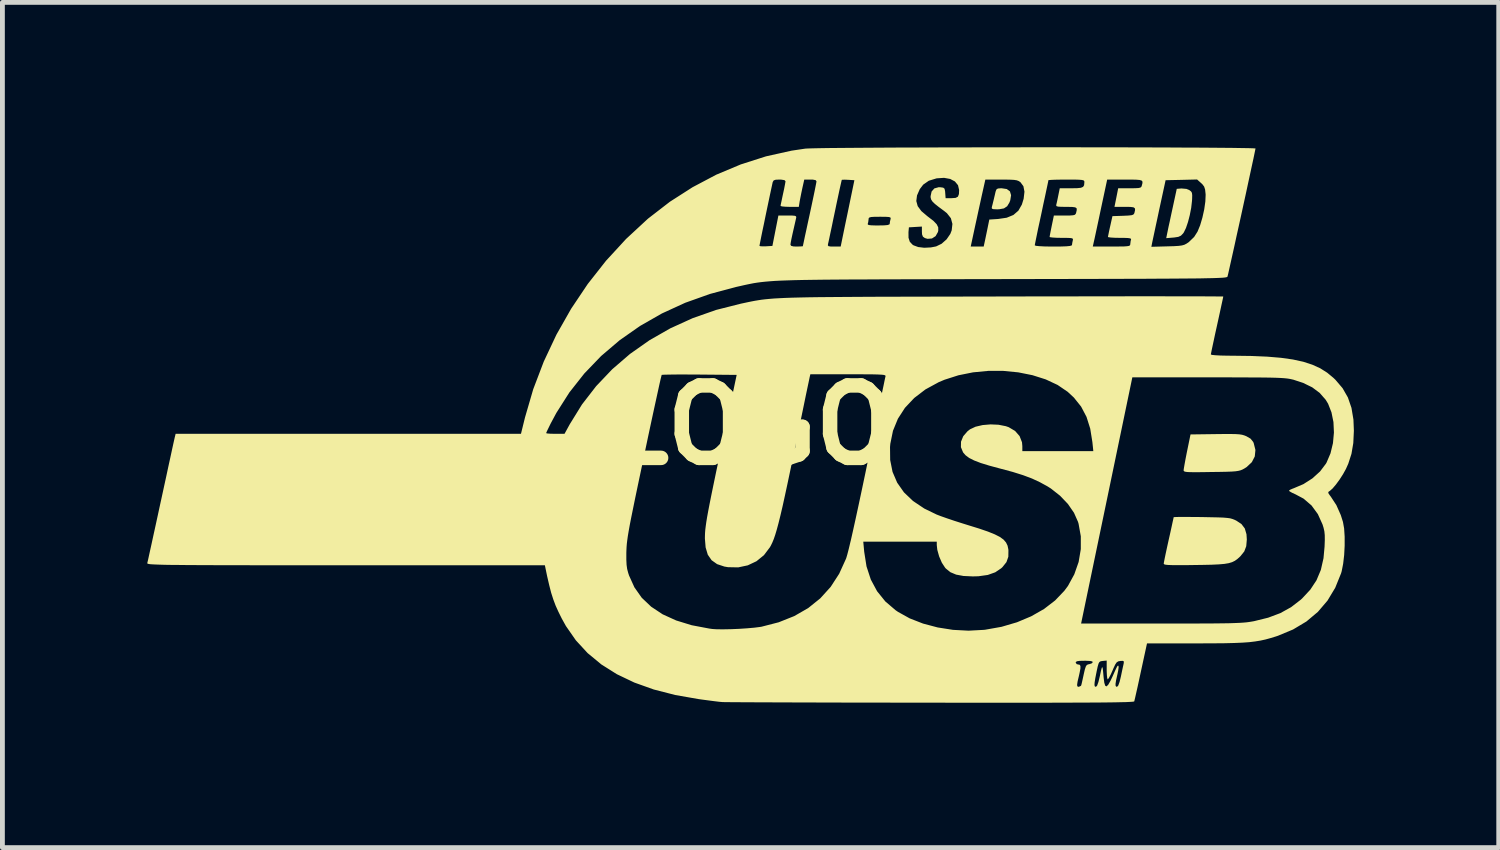
<source format=kicad_pcb>
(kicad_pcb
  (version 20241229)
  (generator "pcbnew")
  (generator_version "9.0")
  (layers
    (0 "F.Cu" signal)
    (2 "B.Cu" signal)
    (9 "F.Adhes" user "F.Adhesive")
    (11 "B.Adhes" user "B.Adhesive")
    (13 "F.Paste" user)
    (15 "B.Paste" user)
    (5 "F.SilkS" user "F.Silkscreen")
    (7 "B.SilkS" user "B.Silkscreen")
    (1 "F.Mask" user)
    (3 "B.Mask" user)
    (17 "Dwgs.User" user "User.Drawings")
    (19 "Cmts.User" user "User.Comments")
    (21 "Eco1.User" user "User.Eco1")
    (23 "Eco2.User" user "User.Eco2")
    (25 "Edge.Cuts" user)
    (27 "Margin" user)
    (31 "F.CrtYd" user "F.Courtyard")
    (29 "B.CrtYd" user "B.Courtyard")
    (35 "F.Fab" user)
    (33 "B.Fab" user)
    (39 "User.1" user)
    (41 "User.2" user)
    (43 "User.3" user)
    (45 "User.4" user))
  (footprint "LOGO"
    (layer "F.Cu")
    (at 12.498 5.754)
    (property "Reference" "LOGO" (at 0 0 180) (layer "F.SilkS") (effects (font (size 1.5 1.5) (thickness 0.3))))
    (attr board_only exclude_from_pos_files exclude_from_bom)
    (fp_poly (pts (xy 5.302 -4.889) (xy 5.367 -4.841) (xy 5.391 -4.762) (xy 5.374 -4.656) (xy 5.357 -4.611) (xy 5.31 -4.533) (xy 5.243 -4.488) (xy 5.143 -4.47) (xy 5.098 -4.469) (xy 5.026 -4.472) (xy 4.994 -4.483) (xy 4.991 -4.508) (xy 4.992 -4.514) (xy 5.008 -4.575) (xy 5.031 -4.668) (xy 5.056 -4.774) (xy 5.07 -4.835) (xy 5.086 -4.879) (xy 5.117 -4.9) (xy 5.179 -4.905) (xy 5.197 -4.905)) (stroke (width 0) (type solid)) (fill yes) (layer "F.SilkS"))
    (fp_poly (pts (xy 9.022 -4.892) (xy 9.084 -4.866) (xy 9.118 -4.84) (xy 9.136 -4.81) (xy 9.142 -4.762) (xy 9.14 -4.682) (xy 9.137 -4.639) (xy 9.121 -4.499) (xy 9.092 -4.35) (xy 9.055 -4.207) (xy 9.013 -4.083) (xy 8.969 -3.992) (xy 8.953 -3.969) (xy 8.909 -3.924) (xy 8.855 -3.899) (xy 8.772 -3.886) (xy 8.749 -3.884) (xy 8.604 -3.872) (xy 8.621 -3.957) (xy 8.632 -4.01) (xy 8.651 -4.103) (xy 8.678 -4.225) (xy 8.708 -4.366) (xy 8.73 -4.467) (xy 8.822 -4.893) (xy 8.92 -4.901)) (stroke (width 0) (type solid)) (fill yes) (layer "F.SilkS"))
    (fp_poly (pts (xy 10.045 0.186) (xy 10.119 0.191) (xy 10.176 0.2) (xy 10.221 0.213) (xy 10.263 0.23) (xy 10.351 0.281) (xy 10.404 0.347) (xy 10.415 0.371) (xy 10.451 0.514) (xy 10.438 0.648) (xy 10.377 0.767) (xy 10.27 0.868) (xy 10.221 0.899) (xy 10.182 0.92) (xy 10.143 0.936) (xy 10.099 0.947) (xy 10.04 0.956) (xy 9.96 0.962) (xy 9.85 0.966) (xy 9.704 0.969) (xy 9.535 0.971) (xy 9.349 0.974) (xy 9.209 0.975) (xy 9.107 0.974) (xy 9.038 0.971) (xy 8.996 0.965) (xy 8.974 0.956) (xy 8.965 0.944) (xy 8.964 0.933) (xy 8.97 0.891) (xy 8.984 0.81) (xy 9.004 0.701) (xy 9.029 0.573) (xy 9.036 0.539) (xy 9.107 0.193) (xy 9.627 0.186) (xy 9.807 0.184) (xy 9.943 0.184)) (stroke (width 0) (type solid)) (fill yes) (layer "F.SilkS"))
    (fp_poly (pts (xy 9.092 1.902) (xy 9.25 1.903) (xy 9.342 1.904) (xy 9.531 1.908) (xy 9.676 1.911) (xy 9.785 1.915) (xy 9.866 1.922) (xy 9.926 1.93) (xy 9.973 1.943) (xy 10.015 1.959) (xy 10.055 1.978) (xy 10.162 2.049) (xy 10.231 2.14) (xy 10.266 2.26) (xy 10.273 2.37) (xy 10.261 2.508) (xy 10.22 2.616) (xy 10.142 2.713) (xy 10.128 2.727) (xy 10.076 2.774) (xy 10.025 2.81) (xy 9.968 2.838) (xy 9.898 2.859) (xy 9.808 2.874) (xy 9.692 2.884) (xy 9.543 2.891) (xy 9.353 2.895) (xy 9.201 2.897) (xy 8.998 2.9) (xy 8.842 2.9) (xy 8.725 2.899) (xy 8.644 2.896) (xy 8.592 2.891) (xy 8.563 2.883) (xy 8.553 2.872) (xy 8.552 2.869) (xy 8.558 2.833) (xy 8.573 2.756) (xy 8.596 2.646) (xy 8.625 2.512) (xy 8.655 2.376) (xy 8.688 2.23) (xy 8.716 2.102) (xy 8.738 2) (xy 8.753 1.932) (xy 8.758 1.907) (xy 8.782 1.904) (xy 8.851 1.902) (xy 8.956 1.901)) (stroke (width 0) (type solid)) (fill yes) (layer "F.SilkS"))
    (fp_poly (pts (xy 6.639 -5.754) (xy 7.053 -5.753) (xy 7.458 -5.753) (xy 7.85 -5.752) (xy 8.226 -5.751) (xy 8.584 -5.75) (xy 8.92 -5.748) (xy 9.231 -5.747) (xy 9.514 -5.745) (xy 9.765 -5.743) (xy 9.983 -5.741) (xy 10.162 -5.738) (xy 10.302 -5.736) (xy 10.398 -5.733) (xy 10.447 -5.73) (xy 10.453 -5.728) (xy 10.447 -5.699) (xy 10.432 -5.626) (xy 10.409 -5.514) (xy 10.377 -5.368) (xy 10.34 -5.196) (xy 10.298 -5.002) (xy 10.253 -4.792) (xy 10.205 -4.573) (xy 10.156 -4.348) (xy 10.107 -4.126) (xy 10.059 -3.91) (xy 10.015 -3.707) (xy 9.974 -3.523) (xy 9.938 -3.362) (xy 9.909 -3.232) (xy 9.888 -3.138) (xy 9.875 -3.085) (xy 9.873 -3.076) (xy 9.869 -3.071) (xy 9.86 -3.066) (xy 9.842 -3.061) (xy 9.815 -3.057) (xy 9.775 -3.053) (xy 9.721 -3.05) (xy 9.651 -3.047) (xy 9.561 -3.044) (xy 9.451 -3.042) (xy 9.317 -3.039) (xy 9.158 -3.037) (xy 8.971 -3.036) (xy 8.754 -3.034) (xy 8.506 -3.033) (xy 8.223 -3.031) (xy 7.904 -3.03) (xy 7.546 -3.029) (xy 7.147 -3.028) (xy 6.705 -3.027) (xy 6.219 -3.026) (xy 5.684 -3.025) (xy 5.219 -3.024) (xy 4.635 -3.023) (xy 4.1 -3.022) (xy 3.612 -3.021) (xy 3.167 -3.02) (xy 2.765 -3.019) (xy 2.401 -3.017) (xy 2.074 -3.016) (xy 1.782 -3.014) (xy 1.521 -3.012) (xy 1.29 -3.009) (xy 1.086 -3.006) (xy 0.907 -3.002) (xy 0.75 -2.997) (xy 0.612 -2.992) (xy 0.492 -2.986) (xy 0.386 -2.978) (xy 0.293 -2.97) (xy 0.21 -2.961) (xy 0.135 -2.951) (xy 0.064 -2.94) (xy -0.003 -2.927) (xy -0.071 -2.913) (xy -0.141 -2.898) (xy -0.215 -2.881) (xy -0.296 -2.863) (xy -0.301 -2.862) (xy -0.843 -2.717) (xy -1.357 -2.534) (xy -1.841 -2.312) (xy -2.294 -2.053) (xy -2.714 -1.759) (xy -3.099 -1.431) (xy -3.447 -1.069) (xy -3.757 -0.676) (xy -4.026 -0.253) (xy -4.145 -0.031) (xy -4.188 0.057) (xy -4.221 0.125) (xy -4.237 0.163) (xy -4.238 0.166) (xy -4.214 0.173) (xy -4.152 0.178) (xy -4.063 0.18) (xy -4.047 0.18) (xy -3.857 0.18) (xy -3.748 -0.019) (xy -3.496 -0.427) (xy -3.202 -0.807) (xy -2.869 -1.157) (xy -2.501 -1.474) (xy -2.099 -1.757) (xy -1.665 -2.005) (xy -1.203 -2.215) (xy -0.716 -2.386) (xy -0.205 -2.515) (xy -0.125 -2.532) (xy -0.051 -2.548) (xy 0.018 -2.562) (xy 0.086 -2.575) (xy 0.153 -2.586) (xy 0.224 -2.597) (xy 0.3 -2.606) (xy 0.384 -2.614) (xy 0.479 -2.622) (xy 0.586 -2.628) (xy 0.708 -2.634) (xy 0.848 -2.639) (xy 1.009 -2.643) (xy 1.192 -2.647) (xy 1.4 -2.65) (xy 1.635 -2.652) (xy 1.901 -2.654) (xy 2.199 -2.656) (xy 2.532 -2.658) (xy 2.902 -2.659) (xy 3.312 -2.66) (xy 3.765 -2.661) (xy 4.262 -2.662) (xy 4.806 -2.663) (xy 5.207 -2.664) (xy 5.688 -2.665) (xy 6.155 -2.666) (xy 6.605 -2.666) (xy 7.036 -2.667) (xy 7.445 -2.667) (xy 7.831 -2.668) (xy 8.189 -2.668) (xy 8.518 -2.668) (xy 8.814 -2.667) (xy 9.077 -2.667) (xy 9.302 -2.667) (xy 9.487 -2.666) (xy 9.63 -2.665) (xy 9.728 -2.665) (xy 9.778 -2.664) (xy 9.785 -2.663) (xy 9.78 -2.636) (xy 9.765 -2.566) (xy 9.742 -2.46) (xy 9.713 -2.326) (xy 9.679 -2.17) (xy 9.657 -2.07) (xy 9.62 -1.903) (xy 9.588 -1.753) (xy 9.561 -1.627) (xy 9.541 -1.532) (xy 9.53 -1.475) (xy 9.528 -1.463) (xy 9.553 -1.454) (xy 9.623 -1.447) (xy 9.733 -1.441) (xy 9.877 -1.438) (xy 9.997 -1.437) (xy 10.369 -1.432) (xy 10.696 -1.418) (xy 10.981 -1.394) (xy 11.228 -1.359) (xy 11.443 -1.312) (xy 11.63 -1.251) (xy 11.793 -1.177) (xy 11.937 -1.086) (xy 12.066 -0.979) (xy 12.107 -0.94) (xy 12.256 -0.765) (xy 12.366 -0.573) (xy 12.44 -0.358) (xy 12.481 -0.114) (xy 12.49 0.116) (xy 12.478 0.372) (xy 12.44 0.595) (xy 12.374 0.799) (xy 12.326 0.907) (xy 12.265 1.017) (xy 12.193 1.129) (xy 12.118 1.231) (xy 12.049 1.312) (xy 11.994 1.361) (xy 11.989 1.364) (xy 11.962 1.383) (xy 11.96 1.406) (xy 11.987 1.448) (xy 12.015 1.485) (xy 12.128 1.658) (xy 12.219 1.863) (xy 12.264 2.005) (xy 12.288 2.14) (xy 12.299 2.31) (xy 12.299 2.498) (xy 12.289 2.69) (xy 12.268 2.871) (xy 12.238 3.024) (xy 12.225 3.069) (xy 12.104 3.368) (xy 11.944 3.634) (xy 11.745 3.867) (xy 11.507 4.067) (xy 11.231 4.232) (xy 10.919 4.362) (xy 10.877 4.376) (xy 10.766 4.41) (xy 10.661 4.439) (xy 10.556 4.462) (xy 10.445 4.48) (xy 10.322 4.495) (xy 10.18 4.505) (xy 10.013 4.512) (xy 9.816 4.517) (xy 9.581 4.519) (xy 9.303 4.52) (xy 9.21 4.52) (xy 8.206 4.52) (xy 8.079 5.105) (xy 8.043 5.272) (xy 8.01 5.424) (xy 7.981 5.552) (xy 7.959 5.649) (xy 7.945 5.707) (xy 7.942 5.721) (xy 7.931 5.725) (xy 7.901 5.729) (xy 7.849 5.732) (xy 7.773 5.736) (xy 7.671 5.738) (xy 7.543 5.741) (xy 7.384 5.743) (xy 7.194 5.745) (xy 6.971 5.746) (xy 6.712 5.747) (xy 6.415 5.748) (xy 6.079 5.749) (xy 5.702 5.749) (xy 5.281 5.749) (xy 4.815 5.749) (xy 4.301 5.749) (xy 3.738 5.748) (xy 3.728 5.748) (xy 3.265 5.748) (xy 2.816 5.747) (xy 2.382 5.747) (xy 1.966 5.746) (xy 1.572 5.745) (xy 1.201 5.744) (xy 0.858 5.743) (xy 0.544 5.742) (xy 0.262 5.741) (xy 0.015 5.74) (xy -0.193 5.739) (xy -0.361 5.738) (xy -0.485 5.737) (xy -0.563 5.736) (xy -0.591 5.735) (xy -0.658 5.729) (xy -0.764 5.716) (xy -0.894 5.699) (xy -1.037 5.68) (xy -1.079 5.674) (xy -1.565 5.589) (xy -2.009 5.475) (xy -2.412 5.331) (xy -2.774 5.158) (xy -3.096 4.955) (xy -3.14 4.918) (xy 6.729 4.918) (xy 6.75 4.95) (xy 6.78 4.957) (xy 6.812 4.963) (xy 6.827 4.988) (xy 6.827 5.041) (xy 6.81 5.129) (xy 6.794 5.201) (xy 6.769 5.306) (xy 6.759 5.371) (xy 6.761 5.405) (xy 6.777 5.418) (xy 6.794 5.419) (xy 6.835 5.401) (xy 6.844 5.387) (xy 6.845 5.383) (xy 7.118 5.383) (xy 7.125 5.41) (xy 7.143 5.419) (xy 7.149 5.419) (xy 7.173 5.394) (xy 7.2 5.319) (xy 7.23 5.195) (xy 7.23 5.195) (xy 7.253 5.086) (xy 7.27 5.024) (xy 7.281 5.011) (xy 7.29 5.046) (xy 7.299 5.131) (xy 7.307 5.221) (xy 7.321 5.333) (xy 7.34 5.396) (xy 7.366 5.411) (xy 7.402 5.378) (xy 7.449 5.296) (xy 7.494 5.201) (xy 7.541 5.095) (xy 7.572 5.029) (xy 7.591 4.993) (xy 7.603 4.981) (xy 7.611 4.983) (xy 7.616 4.988) (xy 7.618 5.018) (xy 7.609 5.084) (xy 7.591 5.171) (xy 7.59 5.174) (xy 7.565 5.287) (xy 7.554 5.36) (xy 7.556 5.4) (xy 7.57 5.417) (xy 7.585 5.419) (xy 7.61 5.394) (xy 7.638 5.318) (xy 7.665 5.207) (xy 7.687 5.101) (xy 7.707 5.008) (xy 7.721 4.945) (xy 7.723 4.936) (xy 7.727 4.895) (xy 7.704 4.882) (xy 7.654 4.884) (xy 7.611 4.892) (xy 7.578 4.913) (xy 7.548 4.957) (xy 7.512 5.034) (xy 7.493 5.079) (xy 7.454 5.166) (xy 7.419 5.232) (xy 7.396 5.264) (xy 7.393 5.265) (xy 7.382 5.241) (xy 7.375 5.179) (xy 7.371 5.09) (xy 7.371 5.071) (xy 7.371 4.876) (xy 7.288 4.884) (xy 7.248 4.89) (xy 7.221 4.905) (xy 7.202 4.939) (xy 7.184 5.002) (xy 7.162 5.104) (xy 7.161 5.111) (xy 7.135 5.241) (xy 7.121 5.329) (xy 7.118 5.383) (xy 6.845 5.383) (xy 6.854 5.348) (xy 6.871 5.273) (xy 6.892 5.177) (xy 6.896 5.157) (xy 6.919 5.058) (xy 6.939 4.998) (xy 6.96 4.967) (xy 6.99 4.954) (xy 7.005 4.952) (xy 7.059 4.935) (xy 7.082 4.912) (xy 7.073 4.894) (xy 7.027 4.884) (xy 6.938 4.88) (xy 6.911 4.88) (xy 6.812 4.882) (xy 6.756 4.89) (xy 6.732 4.906) (xy 6.729 4.918) (xy -3.14 4.918) (xy -3.379 4.721) (xy -3.622 4.457) (xy -3.828 4.161) (xy -3.914 4.006) (xy -3.983 3.867) (xy -4.041 3.739) (xy -4.089 3.611) (xy -4.133 3.474) (xy -4.174 3.315) (xy -4.218 3.125) (xy -4.252 2.96) (xy -4.264 2.902) (xy -8.388 2.902) (xy -8.927 2.902) (xy -9.417 2.902) (xy -9.86 2.902) (xy -10.259 2.902) (xy -10.616 2.901) (xy -10.933 2.901) (xy -11.213 2.9) (xy -11.457 2.899) (xy -11.669 2.898) (xy -11.85 2.896) (xy -12.003 2.895) (xy -12.131 2.893) (xy -12.234 2.89) (xy -12.317 2.887) (xy -12.381 2.884) (xy -12.428 2.881) (xy -12.461 2.877) (xy -12.482 2.872) (xy -12.494 2.867) (xy -12.498 2.862) (xy -12.498 2.857) (xy -12.49 2.824) (xy -12.481 2.786) (xy -2.577 2.786) (xy -2.572 2.892) (xy -2.56 2.979) (xy -2.538 3.062) (xy -2.521 3.114) (xy -2.41 3.359) (xy -2.258 3.575) (xy -2.062 3.761) (xy -1.825 3.918) (xy -1.546 4.045) (xy -1.224 4.144) (xy -0.86 4.213) (xy -0.796 4.222) (xy -0.701 4.228) (xy -0.567 4.229) (xy -0.41 4.226) (xy -0.242 4.219) (xy -0.077 4.208) (xy 0.072 4.195) (xy 0.19 4.18) (xy 0.222 4.175) (xy 0.579 4.083) (xy 0.902 3.954) (xy 1.189 3.789) (xy 1.439 3.588) (xy 1.654 3.351) (xy 1.831 3.078) (xy 1.971 2.77) (xy 1.977 2.755) (xy 1.998 2.684) (xy 2.029 2.565) (xy 2.065 2.414) (xy 2.33 2.414) (xy 2.349 2.622) (xy 2.397 2.926) (xy 2.486 3.198) (xy 2.616 3.44) (xy 2.787 3.652) (xy 3 3.834) (xy 3.05 3.868) (xy 3.291 4.002) (xy 3.568 4.11) (xy 3.87 4.19) (xy 4.188 4.24) (xy 4.51 4.257) (xy 4.828 4.24) (xy 4.855 4.237) (xy 5.193 4.177) (xy 5.424 4.109) (xy 6.841 4.109) (xy 8.505 4.109) (xy 8.842 4.109) (xy 9.131 4.109) (xy 9.378 4.108) (xy 9.587 4.107) (xy 9.761 4.105) (xy 9.905 4.103) (xy 10.024 4.099) (xy 10.121 4.095) (xy 10.202 4.09) (xy 10.269 4.084) (xy 10.328 4.076) (xy 10.383 4.067) (xy 10.423 4.06) (xy 10.715 3.988) (xy 10.968 3.893) (xy 11.19 3.77) (xy 11.391 3.615) (xy 11.419 3.589) (xy 11.588 3.407) (xy 11.716 3.213) (xy 11.806 2.999) (xy 11.861 2.757) (xy 11.883 2.517) (xy 11.888 2.38) (xy 11.887 2.279) (xy 11.879 2.199) (xy 11.862 2.125) (xy 11.841 2.057) (xy 11.744 1.843) (xy 11.613 1.664) (xy 11.449 1.523) (xy 11.284 1.435) (xy 11.21 1.401) (xy 11.16 1.372) (xy 11.146 1.358) (xy 11.168 1.339) (xy 11.223 1.315) (xy 11.243 1.308) (xy 11.445 1.222) (xy 11.631 1.103) (xy 11.79 0.959) (xy 11.91 0.8) (xy 11.925 0.774) (xy 12.006 0.584) (xy 12.057 0.373) (xy 12.077 0.154) (xy 12.067 -0.063) (xy 12.026 -0.265) (xy 11.956 -0.443) (xy 11.907 -0.524) (xy 11.782 -0.667) (xy 11.628 -0.782) (xy 11.44 -0.874) (xy 11.236 -0.941) (xy 11.196 -0.95) (xy 11.153 -0.959) (xy 11.104 -0.966) (xy 11.043 -0.972) (xy 10.966 -0.977) (xy 10.87 -0.981) (xy 10.751 -0.984) (xy 10.603 -0.986) (xy 10.422 -0.987) (xy 10.205 -0.988) (xy 9.947 -0.989) (xy 9.644 -0.989) (xy 9.479 -0.989) (xy 7.902 -0.989) (xy 7.372 1.56) (xy 6.841 4.109) (xy 5.424 4.109) (xy 5.513 4.083) (xy 5.808 3.959) (xy 6.073 3.808) (xy 6.303 3.631) (xy 6.493 3.432) (xy 6.569 3.33) (xy 6.7 3.09) (xy 6.79 2.834) (xy 6.835 2.568) (xy 6.835 2.302) (xy 6.789 2.044) (xy 6.777 2.003) (xy 6.694 1.816) (xy 6.568 1.633) (xy 6.406 1.463) (xy 6.217 1.314) (xy 6.146 1.269) (xy 5.989 1.183) (xy 5.824 1.106) (xy 5.64 1.037) (xy 5.427 0.97) (xy 5.174 0.902) (xy 5.162 0.899) (xy 4.94 0.839) (xy 4.764 0.785) (xy 4.626 0.732) (xy 4.523 0.68) (xy 4.448 0.624) (xy 4.397 0.565) (xy 4.352 0.457) (xy 4.354 0.343) (xy 4.4 0.23) (xy 4.488 0.128) (xy 4.54 0.087) (xy 4.655 0.033) (xy 4.801 -0.001) (xy 4.965 -0.015) (xy 5.13 -0.008) (xy 5.282 0.022) (xy 5.342 0.043) (xy 5.474 0.121) (xy 5.567 0.227) (xy 5.617 0.355) (xy 5.624 0.435) (xy 5.624 0.539) (xy 6.359 0.539) (xy 7.094 0.539) (xy 7.075 0.353) (xy 7.03 0.073) (xy 6.953 -0.171) (xy 6.841 -0.384) (xy 6.691 -0.571) (xy 6.563 -0.69) (xy 6.354 -0.832) (xy 6.108 -0.947) (xy 5.834 -1.034) (xy 5.539 -1.093) (xy 5.23 -1.123) (xy 4.916 -1.123) (xy 4.603 -1.093) (xy 4.3 -1.032) (xy 4.013 -0.94) (xy 3.892 -0.889) (xy 3.617 -0.739) (xy 3.384 -0.561) (xy 3.193 -0.358) (xy 3.047 -0.132) (xy 2.945 0.117) (xy 2.89 0.386) (xy 2.884 0.453) (xy 2.887 0.722) (xy 2.936 0.968) (xy 3.032 1.192) (xy 3.173 1.393) (xy 3.361 1.572) (xy 3.594 1.728) (xy 3.847 1.851) (xy 3.938 1.886) (xy 4.066 1.931) (xy 4.217 1.982) (xy 4.38 2.034) (xy 4.505 2.073) (xy 4.731 2.143) (xy 4.912 2.205) (xy 5.053 2.262) (xy 5.159 2.316) (xy 5.235 2.371) (xy 5.286 2.43) (xy 5.318 2.496) (xy 5.334 2.573) (xy 5.336 2.593) (xy 5.334 2.726) (xy 5.295 2.837) (xy 5.213 2.94) (xy 5.186 2.965) (xy 5.063 3.048) (xy 4.908 3.103) (xy 4.715 3.13) (xy 4.597 3.133) (xy 4.405 3.124) (xy 4.253 3.096) (xy 4.134 3.046) (xy 4.041 2.971) (xy 4.024 2.952) (xy 3.957 2.849) (xy 3.901 2.719) (xy 3.863 2.583) (xy 3.852 2.483) (xy 3.852 2.414) (xy 3.091 2.414) (xy 2.33 2.414) (xy 2.065 2.414) (xy 2.069 2.4) (xy 2.116 2.192) (xy 2.171 1.943) (xy 2.233 1.656) (xy 2.302 1.332) (xy 2.377 0.975) (xy 2.415 0.791) (xy 2.475 0.498) (xy 2.533 0.219) (xy 2.587 -0.043) (xy 2.637 -0.281) (xy 2.681 -0.493) (xy 2.719 -0.674) (xy 2.75 -0.821) (xy 2.772 -0.928) (xy 2.786 -0.992) (xy 2.79 -1.008) (xy 2.791 -1.021) (xy 2.782 -1.031) (xy 2.758 -1.039) (xy 2.714 -1.044) (xy 2.644 -1.048) (xy 2.544 -1.051) (xy 2.408 -1.052) (xy 2.231 -1.053) (xy 2.018 -1.053) (xy 1.234 -1.053) (xy 1.22 -0.995) (xy 1.213 -0.96) (xy 1.196 -0.879) (xy 1.17 -0.757) (xy 1.137 -0.599) (xy 1.098 -0.409) (xy 1.053 -0.191) (xy 1.003 0.049) (xy 0.95 0.307) (xy 0.899 0.552) (xy 0.826 0.902) (xy 0.762 1.206) (xy 0.706 1.466) (xy 0.657 1.689) (xy 0.613 1.876) (xy 0.574 2.033) (xy 0.539 2.163) (xy 0.507 2.27) (xy 0.477 2.358) (xy 0.447 2.431) (xy 0.417 2.493) (xy 0.396 2.53) (xy 0.273 2.693) (xy 0.118 2.819) (xy -0.062 2.904) (xy -0.26 2.946) (xy -0.471 2.942) (xy -0.547 2.929) (xy -0.697 2.879) (xy -0.811 2.798) (xy -0.89 2.684) (xy -0.935 2.533) (xy -0.95 2.348) (xy -0.949 2.291) (xy -0.947 2.232) (xy -0.942 2.168) (xy -0.933 2.095) (xy -0.921 2.008) (xy -0.904 1.904) (xy -0.881 1.778) (xy -0.852 1.627) (xy -0.816 1.447) (xy -0.772 1.233) (xy -0.72 0.982) (xy -0.658 0.69) (xy -0.587 0.353) (xy -0.569 0.27) (xy -0.292 -1.04) (xy -1.061 -1.047) (xy -1.255 -1.048) (xy -1.432 -1.049) (xy -1.585 -1.048) (xy -1.709 -1.046) (xy -1.796 -1.044) (xy -1.841 -1.041) (xy -1.845 -1.04) (xy -1.852 -1.013) (xy -1.87 -0.94) (xy -1.896 -0.825) (xy -1.929 -0.673) (xy -1.97 -0.486) (xy -2.017 -0.27) (xy -2.069 -0.029) (xy -2.125 0.233) (xy -2.184 0.513) (xy -2.215 0.662) (xy -2.286 0.998) (xy -2.347 1.288) (xy -2.399 1.537) (xy -2.442 1.748) (xy -2.478 1.925) (xy -2.507 2.074) (xy -2.529 2.197) (xy -2.546 2.299) (xy -2.558 2.385) (xy -2.567 2.459) (xy -2.572 2.524) (xy -2.575 2.586) (xy -2.577 2.645) (xy -2.577 2.786) (xy -12.481 2.786) (xy -12.472 2.745) (xy -12.446 2.626) (xy -12.412 2.472) (xy -12.372 2.288) (xy -12.326 2.078) (xy -12.276 1.848) (xy -12.223 1.603) (xy -12.212 1.554) (xy -12.158 1.305) (xy -12.107 1.071) (xy -12.061 0.856) (xy -12.019 0.664) (xy -11.984 0.502) (xy -11.956 0.374) (xy -11.936 0.285) (xy -11.926 0.241) (xy -11.925 0.238) (xy -11.911 0.18) (xy -8.335 0.18) (xy -4.759 0.18) (xy -4.675 -0.161) (xy -4.505 -0.744) (xy -4.287 -1.316) (xy -4.025 -1.873) (xy -3.72 -2.41) (xy -3.376 -2.923) (xy -2.996 -3.406) (xy -2.714 -3.712) (xy 0.18 -3.712) (xy 0.203 -3.704) (xy 0.262 -3.702) (xy 0.314 -3.703) (xy 0.448 -3.711) (xy 0.51 -4.026) (xy 0.572 -4.34) (xy 0.762 -4.34) (xy 0.858 -4.34) (xy 0.914 -4.335) (xy 0.938 -4.323) (xy 0.942 -4.301) (xy 0.938 -4.283) (xy 0.896 -4.098) (xy 0.864 -3.958) (xy 0.842 -3.856) (xy 0.829 -3.788) (xy 0.823 -3.748) (xy 0.822 -3.736) (xy 0.837 -3.712) (xy 0.887 -3.7) (xy 0.95 -3.698) (xy 1.024 -3.7) (xy 1.07 -3.703) (xy 1.079 -3.706) (xy 1.082 -3.724) (xy 1.596 -3.724) (xy 1.61 -3.706) (xy 1.653 -3.699) (xy 1.724 -3.698) (xy 1.862 -3.698) (xy 1.923 -3.996) (xy 3.266 -3.996) (xy 3.267 -3.88) (xy 3.293 -3.798) (xy 3.35 -3.737) (xy 3.372 -3.723) (xy 3.467 -3.688) (xy 3.592 -3.673) (xy 3.73 -3.68) (xy 3.798 -3.693) (xy 8.296 -3.693) (xy 8.627 -3.702) (xy 8.764 -3.706) (xy 8.861 -3.712) (xy 8.929 -3.721) (xy 8.979 -3.735) (xy 9.022 -3.757) (xy 9.07 -3.789) (xy 9.182 -3.897) (xy 9.252 -4.007) (xy 9.306 -4.138) (xy 9.353 -4.297) (xy 9.391 -4.468) (xy 9.414 -4.631) (xy 9.42 -4.77) (xy 9.419 -4.787) (xy 9.409 -4.879) (xy 9.389 -4.94) (xy 9.352 -4.989) (xy 9.326 -5.013) (xy 9.243 -5.087) (xy 8.917 -5.079) (xy 8.591 -5.072) (xy 8.458 -4.459) (xy 8.421 -4.284) (xy 8.386 -4.122) (xy 8.356 -3.981) (xy 8.332 -3.869) (xy 8.316 -3.794) (xy 8.311 -3.769) (xy 8.296 -3.693) (xy 3.798 -3.693) (xy 3.824 -3.698) (xy 4.555 -3.698) (xy 4.689 -3.698) (xy 4.824 -3.698) (xy 4.829 -3.724) (xy 5.881 -3.724) (xy 5.906 -3.713) (xy 5.977 -3.706) (xy 6.09 -3.7) (xy 6.24 -3.698) (xy 6.267 -3.698) (xy 7.083 -3.698) (xy 7.471 -3.698) (xy 7.62 -3.699) (xy 7.725 -3.7) (xy 7.794 -3.705) (xy 7.834 -3.712) (xy 7.853 -3.724) (xy 7.859 -3.741) (xy 7.859 -3.748) (xy 7.867 -3.812) (xy 7.874 -3.837) (xy 7.876 -3.856) (xy 7.856 -3.868) (xy 7.808 -3.875) (xy 7.722 -3.878) (xy 7.643 -3.878) (xy 7.538 -3.88) (xy 7.455 -3.885) (xy 7.406 -3.892) (xy 7.397 -3.897) (xy 7.403 -3.93) (xy 7.417 -3.999) (xy 7.437 -4.092) (xy 7.444 -4.122) (xy 7.49 -4.328) (xy 7.71 -4.335) (xy 7.817 -4.34) (xy 7.884 -4.347) (xy 7.921 -4.359) (xy 7.939 -4.38) (xy 7.946 -4.399) (xy 7.959 -4.456) (xy 7.954 -4.492) (xy 7.925 -4.511) (xy 7.861 -4.519) (xy 7.755 -4.52) (xy 7.747 -4.52) (xy 7.532 -4.52) (xy 7.571 -4.713) (xy 7.609 -4.905) (xy 7.847 -4.905) (xy 7.958 -4.906) (xy 8.029 -4.91) (xy 8.069 -4.919) (xy 8.09 -4.937) (xy 8.099 -4.963) (xy 8.111 -5.01) (xy 8.112 -5.043) (xy 8.094 -5.065) (xy 8.052 -5.077) (xy 7.978 -5.083) (xy 7.865 -5.085) (xy 7.748 -5.085) (xy 7.381 -5.085) (xy 7.245 -4.449) (xy 7.208 -4.273) (xy 7.173 -4.11) (xy 7.143 -3.97) (xy 7.119 -3.858) (xy 7.102 -3.784) (xy 7.096 -3.756) (xy 7.083 -3.698) (xy 6.267 -3.698) (xy 6.424 -3.699) (xy 6.536 -3.703) (xy 6.607 -3.71) (xy 6.644 -3.72) (xy 6.652 -3.73) (xy 6.659 -3.78) (xy 6.668 -3.82) (xy 6.673 -3.847) (xy 6.665 -3.864) (xy 6.636 -3.873) (xy 6.576 -3.877) (xy 6.475 -3.878) (xy 6.436 -3.878) (xy 6.331 -3.88) (xy 6.248 -3.885) (xy 6.198 -3.892) (xy 6.189 -3.897) (xy 6.194 -3.93) (xy 6.207 -3.999) (xy 6.226 -4.093) (xy 6.233 -4.128) (xy 6.277 -4.34) (xy 6.5 -4.34) (xy 6.608 -4.341) (xy 6.675 -4.346) (xy 6.712 -4.356) (xy 6.73 -4.376) (xy 6.738 -4.398) (xy 6.751 -4.455) (xy 6.748 -4.491) (xy 6.719 -4.51) (xy 6.657 -4.518) (xy 6.553 -4.52) (xy 6.534 -4.52) (xy 6.428 -4.521) (xy 6.364 -4.525) (xy 6.332 -4.535) (xy 6.325 -4.552) (xy 6.327 -4.565) (xy 6.339 -4.614) (xy 6.356 -4.694) (xy 6.369 -4.758) (xy 6.399 -4.905) (xy 6.638 -4.905) (xy 6.759 -4.907) (xy 6.837 -4.915) (xy 6.882 -4.934) (xy 6.903 -4.968) (xy 6.908 -5.021) (xy 6.909 -5.036) (xy 6.906 -5.055) (xy 6.891 -5.069) (xy 6.858 -5.077) (xy 6.798 -5.082) (xy 6.704 -5.085) (xy 6.567 -5.085) (xy 6.536 -5.085) (xy 6.405 -5.084) (xy 6.293 -5.082) (xy 6.212 -5.078) (xy 6.168 -5.074) (xy 6.164 -5.071) (xy 6.159 -5.044) (xy 6.144 -4.972) (xy 6.121 -4.864) (xy 6.092 -4.727) (xy 6.057 -4.566) (xy 6.023 -4.403) (xy 5.985 -4.226) (xy 5.95 -4.066) (xy 5.922 -3.928) (xy 5.9 -3.821) (xy 5.886 -3.75) (xy 5.881 -3.724) (xy 4.829 -3.724) (xy 4.85 -3.82) (xy 4.87 -3.916) (xy 4.894 -4.031) (xy 4.908 -4.1) (xy 4.94 -4.257) (xy 5.122 -4.269) (xy 5.3 -4.295) (xy 5.439 -4.352) (xy 5.542 -4.441) (xy 5.614 -4.567) (xy 5.651 -4.687) (xy 5.668 -4.834) (xy 5.646 -4.948) (xy 5.585 -5.03) (xy 5.582 -5.033) (xy 5.548 -5.055) (xy 5.508 -5.07) (xy 5.451 -5.079) (xy 5.367 -5.083) (xy 5.245 -5.085) (xy 5.187 -5.085) (xy 4.858 -5.085) (xy 4.805 -4.848) (xy 4.781 -4.741) (xy 4.75 -4.598) (xy 4.714 -4.434) (xy 4.677 -4.263) (xy 4.653 -4.154) (xy 4.555 -3.698) (xy 3.824 -3.698) (xy 3.839 -3.701) (xy 3.952 -3.756) (xy 4.055 -3.847) (xy 4.132 -3.959) (xy 4.161 -4.033) (xy 4.176 -4.167) (xy 4.144 -4.285) (xy 4.062 -4.389) (xy 4.006 -4.434) (xy 3.891 -4.519) (xy 3.812 -4.582) (xy 3.763 -4.63) (xy 3.736 -4.671) (xy 3.725 -4.712) (xy 3.724 -4.741) (xy 3.745 -4.838) (xy 3.802 -4.902) (xy 3.892 -4.927) (xy 3.924 -4.926) (xy 3.984 -4.918) (xy 4.013 -4.896) (xy 4.024 -4.845) (xy 4.027 -4.809) (xy 4.035 -4.7) (xy 4.159 -4.7) (xy 4.243 -4.706) (xy 4.29 -4.731) (xy 4.311 -4.785) (xy 4.315 -4.868) (xy 4.292 -4.968) (xy 4.228 -5.046) (xy 4.13 -5.098) (xy 4.003 -5.121) (xy 3.854 -5.111) (xy 3.843 -5.109) (xy 3.687 -5.061) (xy 3.571 -4.98) (xy 3.5 -4.887) (xy 3.443 -4.757) (xy 3.428 -4.641) (xy 3.457 -4.535) (xy 3.533 -4.432) (xy 3.658 -4.326) (xy 3.675 -4.313) (xy 3.783 -4.23) (xy 3.85 -4.16) (xy 3.882 -4.096) (xy 3.883 -4.029) (xy 3.876 -3.999) (xy 3.828 -3.914) (xy 3.752 -3.865) (xy 3.66 -3.858) (xy 3.606 -3.874) (xy 3.565 -3.903) (xy 3.547 -3.951) (xy 3.544 -4.007) (xy 3.544 -4.112) (xy 3.409 -4.104) (xy 3.275 -4.096) (xy 3.266 -3.996) (xy 1.923 -3.996) (xy 1.956 -4.156) (xy 2.423 -4.156) (xy 2.443 -4.144) (xy 2.493 -4.138) (xy 2.581 -4.135) (xy 2.643 -4.135) (xy 2.763 -4.137) (xy 2.837 -4.144) (xy 2.872 -4.158) (xy 2.877 -4.167) (xy 2.883 -4.217) (xy 2.893 -4.257) (xy 2.898 -4.284) (xy 2.89 -4.301) (xy 2.859 -4.31) (xy 2.796 -4.314) (xy 2.693 -4.315) (xy 2.674 -4.315) (xy 2.563 -4.314) (xy 2.494 -4.31) (xy 2.457 -4.3) (xy 2.442 -4.284) (xy 2.44 -4.265) (xy 2.432 -4.201) (xy 2.424 -4.176) (xy 2.423 -4.156) (xy 1.956 -4.156) (xy 2.004 -4.385) (xy 2.146 -5.072) (xy 2.02 -5.08) (xy 1.946 -5.083) (xy 1.896 -5.081) (xy 1.885 -5.079) (xy 1.878 -5.052) (xy 1.862 -4.982) (xy 1.838 -4.875) (xy 1.809 -4.739) (xy 1.775 -4.58) (xy 1.747 -4.445) (xy 1.71 -4.27) (xy 1.677 -4.109) (xy 1.647 -3.969) (xy 1.624 -3.859) (xy 1.608 -3.785) (xy 1.602 -3.76) (xy 1.596 -3.724) (xy 1.082 -3.724) (xy 1.084 -3.732) (xy 1.099 -3.802) (xy 1.121 -3.908) (xy 1.151 -4.045) (xy 1.185 -4.204) (xy 1.22 -4.364) (xy 1.258 -4.541) (xy 1.292 -4.702) (xy 1.321 -4.841) (xy 1.343 -4.95) (xy 1.357 -5.022) (xy 1.361 -5.049) (xy 1.344 -5.073) (xy 1.287 -5.084) (xy 1.235 -5.085) (xy 1.108 -5.085) (xy 1.069 -4.912) (xy 1.046 -4.803) (xy 1.025 -4.697) (xy 1.012 -4.629) (xy 0.995 -4.52) (xy 0.806 -4.52) (xy 0.715 -4.523) (xy 0.648 -4.529) (xy 0.618 -4.538) (xy 0.617 -4.539) (xy 0.622 -4.572) (xy 0.637 -4.641) (xy 0.657 -4.737) (xy 0.668 -4.788) (xy 0.691 -4.894) (xy 0.708 -4.982) (xy 0.718 -5.039) (xy 0.719 -5.052) (xy 0.697 -5.074) (xy 0.629 -5.084) (xy 0.593 -5.085) (xy 0.516 -5.082) (xy 0.475 -5.068) (xy 0.457 -5.038) (xy 0.453 -5.027) (xy 0.443 -4.981) (xy 0.425 -4.897) (xy 0.4 -4.781) (xy 0.371 -4.643) (xy 0.339 -4.491) (xy 0.306 -4.333) (xy 0.274 -4.176) (xy 0.243 -4.03) (xy 0.217 -3.903) (xy 0.197 -3.802) (xy 0.184 -3.735) (xy 0.18 -3.712) (xy -2.714 -3.712) (xy -2.583 -3.855) (xy -2.139 -4.266) (xy -2.119 -4.283) (xy -1.675 -4.626) (xy -1.205 -4.927) (xy -0.715 -5.186) (xy -0.207 -5.399) (xy 0.315 -5.566) (xy 0.846 -5.684) (xy 1.129 -5.726) (xy 1.18 -5.729) (xy 1.278 -5.732) (xy 1.419 -5.735) (xy 1.6 -5.738) (xy 1.819 -5.74) (xy 2.072 -5.742) (xy 2.356 -5.744) (xy 2.668 -5.746) (xy 3.005 -5.748) (xy 3.363 -5.749) (xy 3.74 -5.75) (xy 4.133 -5.752) (xy 4.538 -5.752) (xy 4.952 -5.753) (xy 5.372 -5.753) (xy 5.796 -5.754) (xy 6.219 -5.754)) (stroke (width 0) (type solid)) (fill yes) (layer "F.SilkS")))
  (gr_rect
    (start -3 -3)
    (end 27.988 14.503)
    (stroke (width 0.1) (type default))
    (fill no)
    (layer "Edge.Cuts")))
</source>
